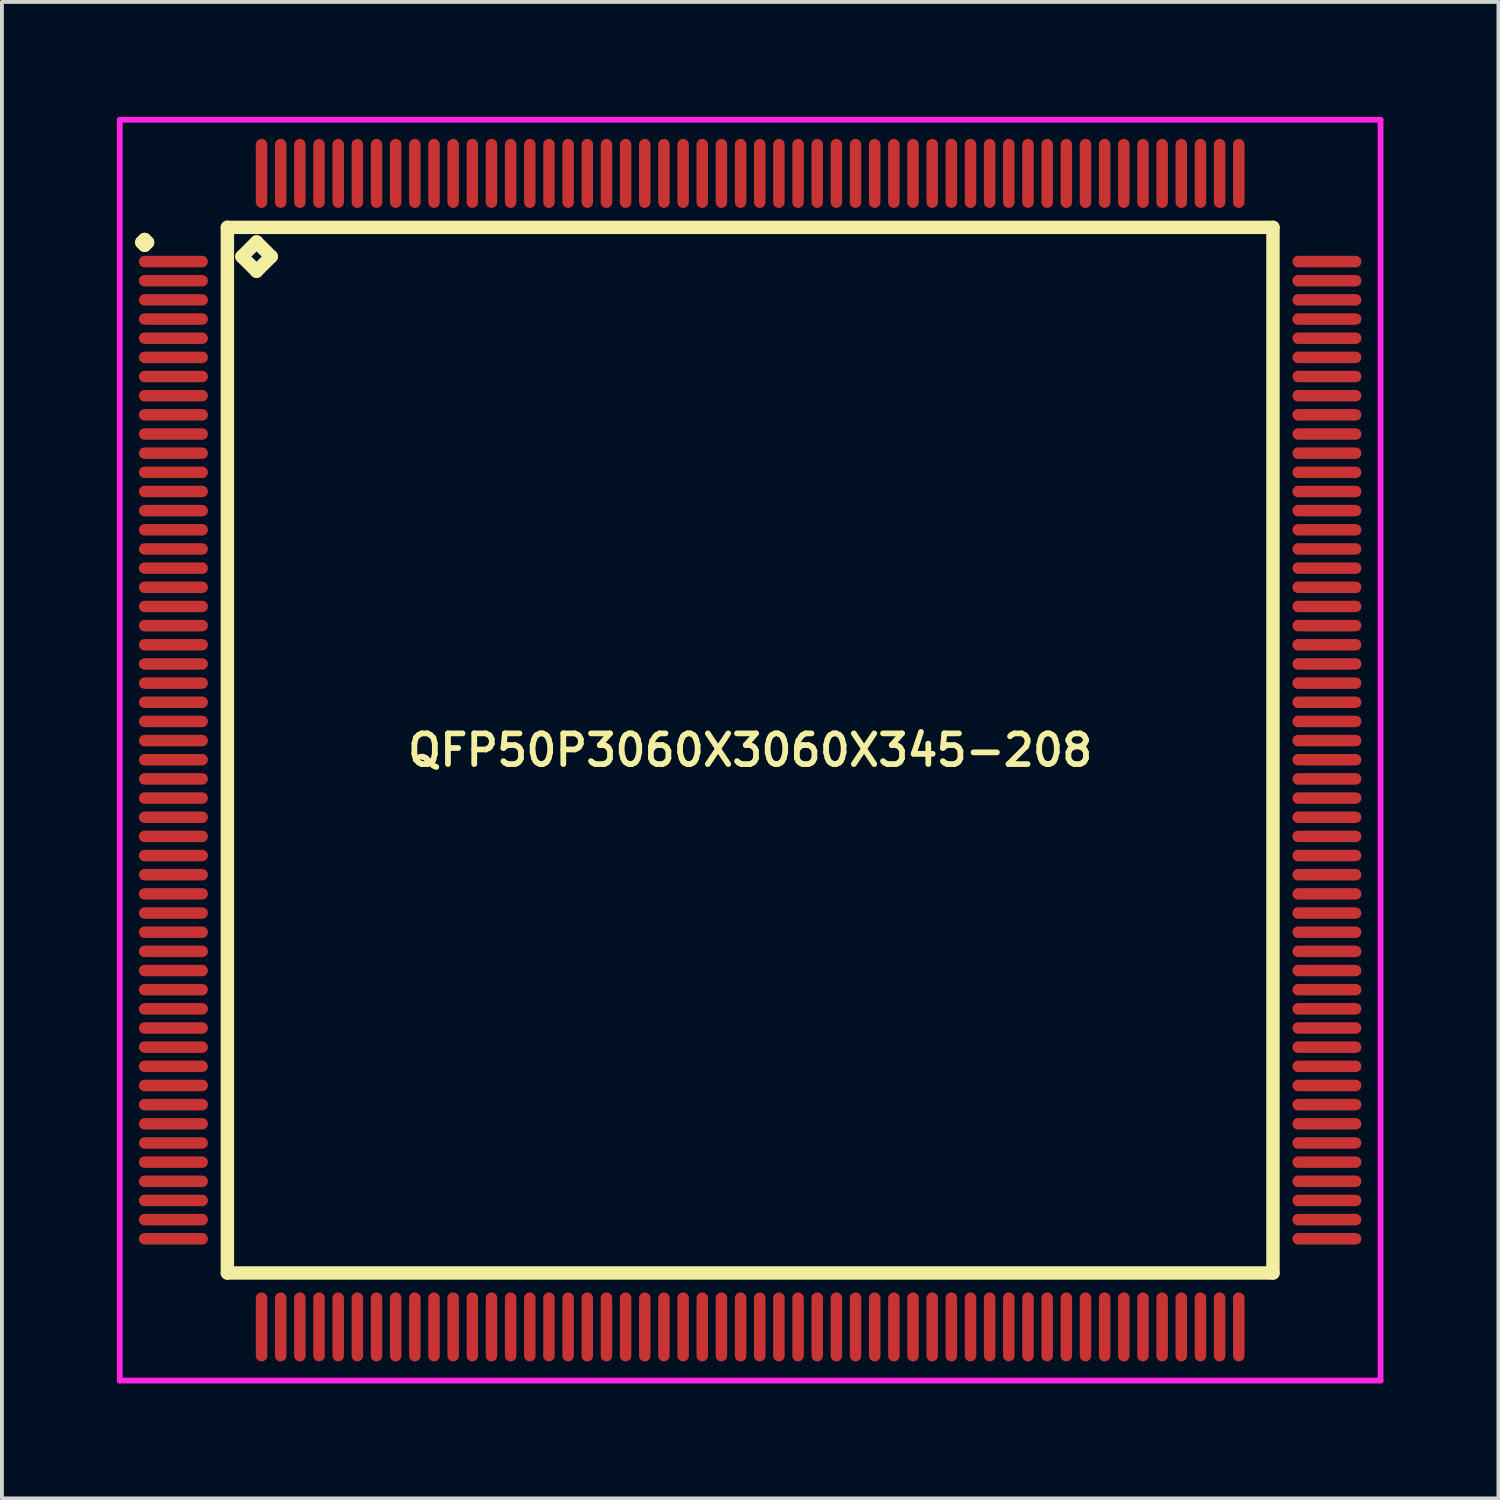
<source format=kicad_pcb>
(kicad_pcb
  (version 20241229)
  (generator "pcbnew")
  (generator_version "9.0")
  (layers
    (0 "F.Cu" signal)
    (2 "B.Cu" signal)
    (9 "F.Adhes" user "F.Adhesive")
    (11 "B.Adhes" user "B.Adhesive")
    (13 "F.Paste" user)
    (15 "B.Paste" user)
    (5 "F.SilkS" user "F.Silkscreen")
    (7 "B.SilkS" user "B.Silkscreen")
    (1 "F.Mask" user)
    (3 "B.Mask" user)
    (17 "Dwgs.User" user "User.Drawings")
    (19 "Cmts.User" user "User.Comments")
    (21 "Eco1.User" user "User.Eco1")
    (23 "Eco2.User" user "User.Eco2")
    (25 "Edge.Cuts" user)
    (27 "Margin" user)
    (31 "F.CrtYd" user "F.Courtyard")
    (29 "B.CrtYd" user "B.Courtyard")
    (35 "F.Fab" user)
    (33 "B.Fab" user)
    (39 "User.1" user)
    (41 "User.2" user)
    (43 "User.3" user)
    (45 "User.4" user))
  (footprint "QFP50P3060X3060X345-208"
    (layer "F.Cu")
    (at 16.525 16.525)
    (property "Reference" "QFP50P3060X3060X345-208" (at 0 0 0) (layer "F.SilkS") (effects (font (size 0.8 0.8) (thickness 0.15))))
    (attr smd)
    (fp_line (start -15.875 -13.25) (end -15.8 -13.325) (stroke (width 0.35) (type solid)) (layer "F.SilkS"))
    (fp_line (start -15.8 -13.325) (end -15.725 -13.25) (stroke (width 0.35) (type solid)) (layer "F.SilkS"))
    (fp_line (start -15.8 -13.175) (end -15.875 -13.25) (stroke (width 0.35) (type solid)) (layer "F.SilkS"))
    (fp_line (start -15.725 -13.25) (end -15.8 -13.175) (stroke (width 0.35) (type solid)) (layer "F.SilkS"))
    (fp_line (start -13.642 -13.642) (end -13.642 13.642) (stroke (width 0.35) (type solid)) (layer "F.SilkS"))
    (fp_line (start -13.642 13.642) (end 13.642 13.642) (stroke (width 0.35) (type solid)) (layer "F.SilkS"))
    (fp_line (start -13.261 -12.88) (end -12.88 -13.261) (stroke (width 0.35) (type solid)) (layer "F.SilkS"))
    (fp_line (start -12.88 -13.261) (end -12.499 -12.88) (stroke (width 0.35) (type solid)) (layer "F.SilkS"))
    (fp_line (start -12.88 -12.499) (end -13.261 -12.88) (stroke (width 0.35) (type solid)) (layer "F.SilkS"))
    (fp_line (start -12.499 -12.88) (end -12.88 -12.499) (stroke (width 0.35) (type solid)) (layer "F.SilkS"))
    (fp_line (start 13.642 -13.642) (end -13.642 -13.642) (stroke (width 0.35) (type solid)) (layer "F.SilkS"))
    (fp_line (start 13.642 13.642) (end 13.642 -13.642) (stroke (width 0.35) (type solid)) (layer "F.SilkS"))
    (fp_line (start -16.45 -16.45) (end 16.45 -16.45) (stroke (width 0.15) (type solid)) (layer "F.CrtYd"))
    (fp_line (start -16.45 16.45) (end -16.45 -16.45) (stroke (width 0.15) (type solid)) (layer "F.CrtYd"))
    (fp_line (start 16.45 -16.45) (end 16.45 16.45) (stroke (width 0.15) (type solid)) (layer "F.CrtYd"))
    (fp_line (start 16.45 16.45) (end -16.45 16.45) (stroke (width 0.15) (type solid)) (layer "F.CrtYd"))
    (pad "1" smd oval (at -15.05 -12.75) (size 1.8 0.3) (layers "F.Cu" "F.Mask" "F.Paste"))
    (pad "2" smd oval (at -15.05 -12.25) (size 1.8 0.3) (layers "F.Cu" "F.Mask" "F.Paste"))
    (pad "3" smd oval (at -15.05 -11.75) (size 1.8 0.3) (layers "F.Cu" "F.Mask" "F.Paste"))
    (pad "4" smd oval (at -15.05 -11.25) (size 1.8 0.3) (layers "F.Cu" "F.Mask" "F.Paste"))
    (pad "5" smd oval (at -15.05 -10.75) (size 1.8 0.3) (layers "F.Cu" "F.Mask" "F.Paste"))
    (pad "6" smd oval (at -15.05 -10.25) (size 1.8 0.3) (layers "F.Cu" "F.Mask" "F.Paste"))
    (pad "7" smd oval (at -15.05 -9.75) (size 1.8 0.3) (layers "F.Cu" "F.Mask" "F.Paste"))
    (pad "8" smd oval (at -15.05 -9.25) (size 1.8 0.3) (layers "F.Cu" "F.Mask" "F.Paste"))
    (pad "9" smd oval (at -15.05 -8.75) (size 1.8 0.3) (layers "F.Cu" "F.Mask" "F.Paste"))
    (pad "10" smd oval (at -15.05 -8.25) (size 1.8 0.3) (layers "F.Cu" "F.Mask" "F.Paste"))
    (pad "11" smd oval (at -15.05 -7.75) (size 1.8 0.3) (layers "F.Cu" "F.Mask" "F.Paste"))
    (pad "12" smd oval (at -15.05 -7.25) (size 1.8 0.3) (layers "F.Cu" "F.Mask" "F.Paste"))
    (pad "13" smd oval (at -15.05 -6.75) (size 1.8 0.3) (layers "F.Cu" "F.Mask" "F.Paste"))
    (pad "14" smd oval (at -15.05 -6.25) (size 1.8 0.3) (layers "F.Cu" "F.Mask" "F.Paste"))
    (pad "15" smd oval (at -15.05 -5.75) (size 1.8 0.3) (layers "F.Cu" "F.Mask" "F.Paste"))
    (pad "16" smd oval (at -15.05 -5.25) (size 1.8 0.3) (layers "F.Cu" "F.Mask" "F.Paste"))
    (pad "17" smd oval (at -15.05 -4.75) (size 1.8 0.3) (layers "F.Cu" "F.Mask" "F.Paste"))
    (pad "18" smd oval (at -15.05 -4.25) (size 1.8 0.3) (layers "F.Cu" "F.Mask" "F.Paste"))
    (pad "19" smd oval (at -15.05 -3.75) (size 1.8 0.3) (layers "F.Cu" "F.Mask" "F.Paste"))
    (pad "20" smd oval (at -15.05 -3.25) (size 1.8 0.3) (layers "F.Cu" "F.Mask" "F.Paste"))
    (pad "21" smd oval (at -15.05 -2.75) (size 1.8 0.3) (layers "F.Cu" "F.Mask" "F.Paste"))
    (pad "22" smd oval (at -15.05 -2.25) (size 1.8 0.3) (layers "F.Cu" "F.Mask" "F.Paste"))
    (pad "23" smd oval (at -15.05 -1.75) (size 1.8 0.3) (layers "F.Cu" "F.Mask" "F.Paste"))
    (pad "24" smd oval (at -15.05 -1.25) (size 1.8 0.3) (layers "F.Cu" "F.Mask" "F.Paste"))
    (pad "25" smd oval (at -15.05 -0.75) (size 1.8 0.3) (layers "F.Cu" "F.Mask" "F.Paste"))
    (pad "26" smd oval (at -15.05 -0.25) (size 1.8 0.3) (layers "F.Cu" "F.Mask" "F.Paste"))
    (pad "27" smd oval (at -15.05 0.25) (size 1.8 0.3) (layers "F.Cu" "F.Mask" "F.Paste"))
    (pad "28" smd oval (at -15.05 0.75) (size 1.8 0.3) (layers "F.Cu" "F.Mask" "F.Paste"))
    (pad "29" smd oval (at -15.05 1.25) (size 1.8 0.3) (layers "F.Cu" "F.Mask" "F.Paste"))
    (pad "30" smd oval (at -15.05 1.75) (size 1.8 0.3) (layers "F.Cu" "F.Mask" "F.Paste"))
    (pad "31" smd oval (at -15.05 2.25) (size 1.8 0.3) (layers "F.Cu" "F.Mask" "F.Paste"))
    (pad "32" smd oval (at -15.05 2.75) (size 1.8 0.3) (layers "F.Cu" "F.Mask" "F.Paste"))
    (pad "33" smd oval (at -15.05 3.25) (size 1.8 0.3) (layers "F.Cu" "F.Mask" "F.Paste"))
    (pad "34" smd oval (at -15.05 3.75) (size 1.8 0.3) (layers "F.Cu" "F.Mask" "F.Paste"))
    (pad "35" smd oval (at -15.05 4.25) (size 1.8 0.3) (layers "F.Cu" "F.Mask" "F.Paste"))
    (pad "36" smd oval (at -15.05 4.75) (size 1.8 0.3) (layers "F.Cu" "F.Mask" "F.Paste"))
    (pad "37" smd oval (at -15.05 5.25) (size 1.8 0.3) (layers "F.Cu" "F.Mask" "F.Paste"))
    (pad "38" smd oval (at -15.05 5.75) (size 1.8 0.3) (layers "F.Cu" "F.Mask" "F.Paste"))
    (pad "39" smd oval (at -15.05 6.25) (size 1.8 0.3) (layers "F.Cu" "F.Mask" "F.Paste"))
    (pad "40" smd oval (at -15.05 6.75) (size 1.8 0.3) (layers "F.Cu" "F.Mask" "F.Paste"))
    (pad "41" smd oval (at -15.05 7.25) (size 1.8 0.3) (layers "F.Cu" "F.Mask" "F.Paste"))
    (pad "42" smd oval (at -15.05 7.75) (size 1.8 0.3) (layers "F.Cu" "F.Mask" "F.Paste"))
    (pad "43" smd oval (at -15.05 8.25) (size 1.8 0.3) (layers "F.Cu" "F.Mask" "F.Paste"))
    (pad "44" smd oval (at -15.05 8.75) (size 1.8 0.3) (layers "F.Cu" "F.Mask" "F.Paste"))
    (pad "45" smd oval (at -15.05 9.25) (size 1.8 0.3) (layers "F.Cu" "F.Mask" "F.Paste"))
    (pad "46" smd oval (at -15.05 9.75) (size 1.8 0.3) (layers "F.Cu" "F.Mask" "F.Paste"))
    (pad "47" smd oval (at -15.05 10.25) (size 1.8 0.3) (layers "F.Cu" "F.Mask" "F.Paste"))
    (pad "48" smd oval (at -15.05 10.75) (size 1.8 0.3) (layers "F.Cu" "F.Mask" "F.Paste"))
    (pad "49" smd oval (at -15.05 11.25) (size 1.8 0.3) (layers "F.Cu" "F.Mask" "F.Paste"))
    (pad "50" smd oval (at -15.05 11.75) (size 1.8 0.3) (layers "F.Cu" "F.Mask" "F.Paste"))
    (pad "51" smd oval (at -15.05 12.25) (size 1.8 0.3) (layers "F.Cu" "F.Mask" "F.Paste"))
    (pad "52" smd oval (at -15.05 12.75) (size 1.8 0.3) (layers "F.Cu" "F.Mask" "F.Paste"))
    (pad "53" smd oval (at -12.75 15.05) (size 0.3 1.8) (layers "F.Cu" "F.Mask" "F.Paste"))
    (pad "54" smd oval (at -12.25 15.05) (size 0.3 1.8) (layers "F.Cu" "F.Mask" "F.Paste"))
    (pad "55" smd oval (at -11.75 15.05) (size 0.3 1.8) (layers "F.Cu" "F.Mask" "F.Paste"))
    (pad "56" smd oval (at -11.25 15.05) (size 0.3 1.8) (layers "F.Cu" "F.Mask" "F.Paste"))
    (pad "57" smd oval (at -10.75 15.05) (size 0.3 1.8) (layers "F.Cu" "F.Mask" "F.Paste"))
    (pad "58" smd oval (at -10.25 15.05) (size 0.3 1.8) (layers "F.Cu" "F.Mask" "F.Paste"))
    (pad "59" smd oval (at -9.75 15.05) (size 0.3 1.8) (layers "F.Cu" "F.Mask" "F.Paste"))
    (pad "60" smd oval (at -9.25 15.05) (size 0.3 1.8) (layers "F.Cu" "F.Mask" "F.Paste"))
    (pad "61" smd oval (at -8.75 15.05) (size 0.3 1.8) (layers "F.Cu" "F.Mask" "F.Paste"))
    (pad "62" smd oval (at -8.25 15.05) (size 0.3 1.8) (layers "F.Cu" "F.Mask" "F.Paste"))
    (pad "63" smd oval (at -7.75 15.05) (size 0.3 1.8) (layers "F.Cu" "F.Mask" "F.Paste"))
    (pad "64" smd oval (at -7.25 15.05) (size 0.3 1.8) (layers "F.Cu" "F.Mask" "F.Paste"))
    (pad "65" smd oval (at -6.75 15.05) (size 0.3 1.8) (layers "F.Cu" "F.Mask" "F.Paste"))
    (pad "66" smd oval (at -6.25 15.05) (size 0.3 1.8) (layers "F.Cu" "F.Mask" "F.Paste"))
    (pad "67" smd oval (at -5.75 15.05) (size 0.3 1.8) (layers "F.Cu" "F.Mask" "F.Paste"))
    (pad "68" smd oval (at -5.25 15.05) (size 0.3 1.8) (layers "F.Cu" "F.Mask" "F.Paste"))
    (pad "69" smd oval (at -4.75 15.05) (size 0.3 1.8) (layers "F.Cu" "F.Mask" "F.Paste"))
    (pad "70" smd oval (at -4.25 15.05) (size 0.3 1.8) (layers "F.Cu" "F.Mask" "F.Paste"))
    (pad "71" smd oval (at -3.75 15.05) (size 0.3 1.8) (layers "F.Cu" "F.Mask" "F.Paste"))
    (pad "72" smd oval (at -3.25 15.05) (size 0.3 1.8) (layers "F.Cu" "F.Mask" "F.Paste"))
    (pad "73" smd oval (at -2.75 15.05) (size 0.3 1.8) (layers "F.Cu" "F.Mask" "F.Paste"))
    (pad "74" smd oval (at -2.25 15.05) (size 0.3 1.8) (layers "F.Cu" "F.Mask" "F.Paste"))
    (pad "75" smd oval (at -1.75 15.05) (size 0.3 1.8) (layers "F.Cu" "F.Mask" "F.Paste"))
    (pad "76" smd oval (at -1.25 15.05) (size 0.3 1.8) (layers "F.Cu" "F.Mask" "F.Paste"))
    (pad "77" smd oval (at -0.75 15.05) (size 0.3 1.8) (layers "F.Cu" "F.Mask" "F.Paste"))
    (pad "78" smd oval (at -0.25 15.05) (size 0.3 1.8) (layers "F.Cu" "F.Mask" "F.Paste"))
    (pad "79" smd oval (at 0.25 15.05) (size 0.3 1.8) (layers "F.Cu" "F.Mask" "F.Paste"))
    (pad "80" smd oval (at 0.75 15.05) (size 0.3 1.8) (layers "F.Cu" "F.Mask" "F.Paste"))
    (pad "81" smd oval (at 1.25 15.05) (size 0.3 1.8) (layers "F.Cu" "F.Mask" "F.Paste"))
    (pad "82" smd oval (at 1.75 15.05) (size 0.3 1.8) (layers "F.Cu" "F.Mask" "F.Paste"))
    (pad "83" smd oval (at 2.25 15.05) (size 0.3 1.8) (layers "F.Cu" "F.Mask" "F.Paste"))
    (pad "84" smd oval (at 2.75 15.05) (size 0.3 1.8) (layers "F.Cu" "F.Mask" "F.Paste"))
    (pad "85" smd oval (at 3.25 15.05) (size 0.3 1.8) (layers "F.Cu" "F.Mask" "F.Paste"))
    (pad "86" smd oval (at 3.75 15.05) (size 0.3 1.8) (layers "F.Cu" "F.Mask" "F.Paste"))
    (pad "87" smd oval (at 4.25 15.05) (size 0.3 1.8) (layers "F.Cu" "F.Mask" "F.Paste"))
    (pad "88" smd oval (at 4.75 15.05) (size 0.3 1.8) (layers "F.Cu" "F.Mask" "F.Paste"))
    (pad "89" smd oval (at 5.25 15.05) (size 0.3 1.8) (layers "F.Cu" "F.Mask" "F.Paste"))
    (pad "90" smd oval (at 5.75 15.05) (size 0.3 1.8) (layers "F.Cu" "F.Mask" "F.Paste"))
    (pad "91" smd oval (at 6.25 15.05) (size 0.3 1.8) (layers "F.Cu" "F.Mask" "F.Paste"))
    (pad "92" smd oval (at 6.75 15.05) (size 0.3 1.8) (layers "F.Cu" "F.Mask" "F.Paste"))
    (pad "93" smd oval (at 7.25 15.05) (size 0.3 1.8) (layers "F.Cu" "F.Mask" "F.Paste"))
    (pad "94" smd oval (at 7.75 15.05) (size 0.3 1.8) (layers "F.Cu" "F.Mask" "F.Paste"))
    (pad "95" smd oval (at 8.25 15.05) (size 0.3 1.8) (layers "F.Cu" "F.Mask" "F.Paste"))
    (pad "96" smd oval (at 8.75 15.05) (size 0.3 1.8) (layers "F.Cu" "F.Mask" "F.Paste"))
    (pad "97" smd oval (at 9.25 15.05) (size 0.3 1.8) (layers "F.Cu" "F.Mask" "F.Paste"))
    (pad "98" smd oval (at 9.75 15.05) (size 0.3 1.8) (layers "F.Cu" "F.Mask" "F.Paste"))
    (pad "99" smd oval (at 10.25 15.05) (size 0.3 1.8) (layers "F.Cu" "F.Mask" "F.Paste"))
    (pad "100" smd oval (at 10.75 15.05) (size 0.3 1.8) (layers "F.Cu" "F.Mask" "F.Paste"))
    (pad "101" smd oval (at 11.25 15.05) (size 0.3 1.8) (layers "F.Cu" "F.Mask" "F.Paste"))
    (pad "102" smd oval (at 11.75 15.05) (size 0.3 1.8) (layers "F.Cu" "F.Mask" "F.Paste"))
    (pad "103" smd oval (at 12.25 15.05) (size 0.3 1.8) (layers "F.Cu" "F.Mask" "F.Paste"))
    (pad "104" smd oval (at 12.75 15.05) (size 0.3 1.8) (layers "F.Cu" "F.Mask" "F.Paste"))
    (pad "105" smd oval (at 15.05 12.75) (size 1.8 0.3) (layers "F.Cu" "F.Mask" "F.Paste"))
    (pad "106" smd oval (at 15.05 12.25) (size 1.8 0.3) (layers "F.Cu" "F.Mask" "F.Paste"))
    (pad "107" smd oval (at 15.05 11.75) (size 1.8 0.3) (layers "F.Cu" "F.Mask" "F.Paste"))
    (pad "108" smd oval (at 15.05 11.25) (size 1.8 0.3) (layers "F.Cu" "F.Mask" "F.Paste"))
    (pad "109" smd oval (at 15.05 10.75) (size 1.8 0.3) (layers "F.Cu" "F.Mask" "F.Paste"))
    (pad "110" smd oval (at 15.05 10.25) (size 1.8 0.3) (layers "F.Cu" "F.Mask" "F.Paste"))
    (pad "111" smd oval (at 15.05 9.75) (size 1.8 0.3) (layers "F.Cu" "F.Mask" "F.Paste"))
    (pad "112" smd oval (at 15.05 9.25) (size 1.8 0.3) (layers "F.Cu" "F.Mask" "F.Paste"))
    (pad "113" smd oval (at 15.05 8.75) (size 1.8 0.3) (layers "F.Cu" "F.Mask" "F.Paste"))
    (pad "114" smd oval (at 15.05 8.25) (size 1.8 0.3) (layers "F.Cu" "F.Mask" "F.Paste"))
    (pad "115" smd oval (at 15.05 7.75) (size 1.8 0.3) (layers "F.Cu" "F.Mask" "F.Paste"))
    (pad "116" smd oval (at 15.05 7.25) (size 1.8 0.3) (layers "F.Cu" "F.Mask" "F.Paste"))
    (pad "117" smd oval (at 15.05 6.75) (size 1.8 0.3) (layers "F.Cu" "F.Mask" "F.Paste"))
    (pad "118" smd oval (at 15.05 6.25) (size 1.8 0.3) (layers "F.Cu" "F.Mask" "F.Paste"))
    (pad "119" smd oval (at 15.05 5.75) (size 1.8 0.3) (layers "F.Cu" "F.Mask" "F.Paste"))
    (pad "120" smd oval (at 15.05 5.25) (size 1.8 0.3) (layers "F.Cu" "F.Mask" "F.Paste"))
    (pad "121" smd oval (at 15.05 4.75) (size 1.8 0.3) (layers "F.Cu" "F.Mask" "F.Paste"))
    (pad "122" smd oval (at 15.05 4.25) (size 1.8 0.3) (layers "F.Cu" "F.Mask" "F.Paste"))
    (pad "123" smd oval (at 15.05 3.75) (size 1.8 0.3) (layers "F.Cu" "F.Mask" "F.Paste"))
    (pad "124" smd oval (at 15.05 3.25) (size 1.8 0.3) (layers "F.Cu" "F.Mask" "F.Paste"))
    (pad "125" smd oval (at 15.05 2.75) (size 1.8 0.3) (layers "F.Cu" "F.Mask" "F.Paste"))
    (pad "126" smd oval (at 15.05 2.25) (size 1.8 0.3) (layers "F.Cu" "F.Mask" "F.Paste"))
    (pad "127" smd oval (at 15.05 1.75) (size 1.8 0.3) (layers "F.Cu" "F.Mask" "F.Paste"))
    (pad "128" smd oval (at 15.05 1.25) (size 1.8 0.3) (layers "F.Cu" "F.Mask" "F.Paste"))
    (pad "129" smd oval (at 15.05 0.75) (size 1.8 0.3) (layers "F.Cu" "F.Mask" "F.Paste"))
    (pad "130" smd oval (at 15.05 0.25) (size 1.8 0.3) (layers "F.Cu" "F.Mask" "F.Paste"))
    (pad "131" smd oval (at 15.05 -0.25) (size 1.8 0.3) (layers "F.Cu" "F.Mask" "F.Paste"))
    (pad "132" smd oval (at 15.05 -0.75) (size 1.8 0.3) (layers "F.Cu" "F.Mask" "F.Paste"))
    (pad "133" smd oval (at 15.05 -1.25) (size 1.8 0.3) (layers "F.Cu" "F.Mask" "F.Paste"))
    (pad "134" smd oval (at 15.05 -1.75) (size 1.8 0.3) (layers "F.Cu" "F.Mask" "F.Paste"))
    (pad "135" smd oval (at 15.05 -2.25) (size 1.8 0.3) (layers "F.Cu" "F.Mask" "F.Paste"))
    (pad "136" smd oval (at 15.05 -2.75) (size 1.8 0.3) (layers "F.Cu" "F.Mask" "F.Paste"))
    (pad "137" smd oval (at 15.05 -3.25) (size 1.8 0.3) (layers "F.Cu" "F.Mask" "F.Paste"))
    (pad "138" smd oval (at 15.05 -3.75) (size 1.8 0.3) (layers "F.Cu" "F.Mask" "F.Paste"))
    (pad "139" smd oval (at 15.05 -4.25) (size 1.8 0.3) (layers "F.Cu" "F.Mask" "F.Paste"))
    (pad "140" smd oval (at 15.05 -4.75) (size 1.8 0.3) (layers "F.Cu" "F.Mask" "F.Paste"))
    (pad "141" smd oval (at 15.05 -5.25) (size 1.8 0.3) (layers "F.Cu" "F.Mask" "F.Paste"))
    (pad "142" smd oval (at 15.05 -5.75) (size 1.8 0.3) (layers "F.Cu" "F.Mask" "F.Paste"))
    (pad "143" smd oval (at 15.05 -6.25) (size 1.8 0.3) (layers "F.Cu" "F.Mask" "F.Paste"))
    (pad "144" smd oval (at 15.05 -6.75) (size 1.8 0.3) (layers "F.Cu" "F.Mask" "F.Paste"))
    (pad "145" smd oval (at 15.05 -7.25) (size 1.8 0.3) (layers "F.Cu" "F.Mask" "F.Paste"))
    (pad "146" smd oval (at 15.05 -7.75) (size 1.8 0.3) (layers "F.Cu" "F.Mask" "F.Paste"))
    (pad "147" smd oval (at 15.05 -8.25) (size 1.8 0.3) (layers "F.Cu" "F.Mask" "F.Paste"))
    (pad "148" smd oval (at 15.05 -8.75) (size 1.8 0.3) (layers "F.Cu" "F.Mask" "F.Paste"))
    (pad "149" smd oval (at 15.05 -9.25) (size 1.8 0.3) (layers "F.Cu" "F.Mask" "F.Paste"))
    (pad "150" smd oval (at 15.05 -9.75) (size 1.8 0.3) (layers "F.Cu" "F.Mask" "F.Paste"))
    (pad "151" smd oval (at 15.05 -10.25) (size 1.8 0.3) (layers "F.Cu" "F.Mask" "F.Paste"))
    (pad "152" smd oval (at 15.05 -10.75) (size 1.8 0.3) (layers "F.Cu" "F.Mask" "F.Paste"))
    (pad "153" smd oval (at 15.05 -11.25) (size 1.8 0.3) (layers "F.Cu" "F.Mask" "F.Paste"))
    (pad "154" smd oval (at 15.05 -11.75) (size 1.8 0.3) (layers "F.Cu" "F.Mask" "F.Paste"))
    (pad "155" smd oval (at 15.05 -12.25) (size 1.8 0.3) (layers "F.Cu" "F.Mask" "F.Paste"))
    (pad "156" smd oval (at 15.05 -12.75) (size 1.8 0.3) (layers "F.Cu" "F.Mask" "F.Paste"))
    (pad "157" smd oval (at 12.75 -15.05) (size 0.3 1.8) (layers "F.Cu" "F.Mask" "F.Paste"))
    (pad "158" smd oval (at 12.25 -15.05) (size 0.3 1.8) (layers "F.Cu" "F.Mask" "F.Paste"))
    (pad "159" smd oval (at 11.75 -15.05) (size 0.3 1.8) (layers "F.Cu" "F.Mask" "F.Paste"))
    (pad "160" smd oval (at 11.25 -15.05) (size 0.3 1.8) (layers "F.Cu" "F.Mask" "F.Paste"))
    (pad "161" smd oval (at 10.75 -15.05) (size 0.3 1.8) (layers "F.Cu" "F.Mask" "F.Paste"))
    (pad "162" smd oval (at 10.25 -15.05) (size 0.3 1.8) (layers "F.Cu" "F.Mask" "F.Paste"))
    (pad "163" smd oval (at 9.75 -15.05) (size 0.3 1.8) (layers "F.Cu" "F.Mask" "F.Paste"))
    (pad "164" smd oval (at 9.25 -15.05) (size 0.3 1.8) (layers "F.Cu" "F.Mask" "F.Paste"))
    (pad "165" smd oval (at 8.75 -15.05) (size 0.3 1.8) (layers "F.Cu" "F.Mask" "F.Paste"))
    (pad "166" smd oval (at 8.25 -15.05) (size 0.3 1.8) (layers "F.Cu" "F.Mask" "F.Paste"))
    (pad "167" smd oval (at 7.75 -15.05) (size 0.3 1.8) (layers "F.Cu" "F.Mask" "F.Paste"))
    (pad "168" smd oval (at 7.25 -15.05) (size 0.3 1.8) (layers "F.Cu" "F.Mask" "F.Paste"))
    (pad "169" smd oval (at 6.75 -15.05) (size 0.3 1.8) (layers "F.Cu" "F.Mask" "F.Paste"))
    (pad "170" smd oval (at 6.25 -15.05) (size 0.3 1.8) (layers "F.Cu" "F.Mask" "F.Paste"))
    (pad "171" smd oval (at 5.75 -15.05) (size 0.3 1.8) (layers "F.Cu" "F.Mask" "F.Paste"))
    (pad "172" smd oval (at 5.25 -15.05) (size 0.3 1.8) (layers "F.Cu" "F.Mask" "F.Paste"))
    (pad "173" smd oval (at 4.75 -15.05) (size 0.3 1.8) (layers "F.Cu" "F.Mask" "F.Paste"))
    (pad "174" smd oval (at 4.25 -15.05) (size 0.3 1.8) (layers "F.Cu" "F.Mask" "F.Paste"))
    (pad "175" smd oval (at 3.75 -15.05) (size 0.3 1.8) (layers "F.Cu" "F.Mask" "F.Paste"))
    (pad "176" smd oval (at 3.25 -15.05) (size 0.3 1.8) (layers "F.Cu" "F.Mask" "F.Paste"))
    (pad "177" smd oval (at 2.75 -15.05) (size 0.3 1.8) (layers "F.Cu" "F.Mask" "F.Paste"))
    (pad "178" smd oval (at 2.25 -15.05) (size 0.3 1.8) (layers "F.Cu" "F.Mask" "F.Paste"))
    (pad "179" smd oval (at 1.75 -15.05) (size 0.3 1.8) (layers "F.Cu" "F.Mask" "F.Paste"))
    (pad "180" smd oval (at 1.25 -15.05) (size 0.3 1.8) (layers "F.Cu" "F.Mask" "F.Paste"))
    (pad "181" smd oval (at 0.75 -15.05) (size 0.3 1.8) (layers "F.Cu" "F.Mask" "F.Paste"))
    (pad "182" smd oval (at 0.25 -15.05) (size 0.3 1.8) (layers "F.Cu" "F.Mask" "F.Paste"))
    (pad "183" smd oval (at -0.25 -15.05) (size 0.3 1.8) (layers "F.Cu" "F.Mask" "F.Paste"))
    (pad "184" smd oval (at -0.75 -15.05) (size 0.3 1.8) (layers "F.Cu" "F.Mask" "F.Paste"))
    (pad "185" smd oval (at -1.25 -15.05) (size 0.3 1.8) (layers "F.Cu" "F.Mask" "F.Paste"))
    (pad "186" smd oval (at -1.75 -15.05) (size 0.3 1.8) (layers "F.Cu" "F.Mask" "F.Paste"))
    (pad "187" smd oval (at -2.25 -15.05) (size 0.3 1.8) (layers "F.Cu" "F.Mask" "F.Paste"))
    (pad "188" smd oval (at -2.75 -15.05) (size 0.3 1.8) (layers "F.Cu" "F.Mask" "F.Paste"))
    (pad "189" smd oval (at -3.25 -15.05) (size 0.3 1.8) (layers "F.Cu" "F.Mask" "F.Paste"))
    (pad "190" smd oval (at -3.75 -15.05) (size 0.3 1.8) (layers "F.Cu" "F.Mask" "F.Paste"))
    (pad "191" smd oval (at -4.25 -15.05) (size 0.3 1.8) (layers "F.Cu" "F.Mask" "F.Paste"))
    (pad "192" smd oval (at -4.75 -15.05) (size 0.3 1.8) (layers "F.Cu" "F.Mask" "F.Paste"))
    (pad "193" smd oval (at -5.25 -15.05) (size 0.3 1.8) (layers "F.Cu" "F.Mask" "F.Paste"))
    (pad "194" smd oval (at -5.75 -15.05) (size 0.3 1.8) (layers "F.Cu" "F.Mask" "F.Paste"))
    (pad "195" smd oval (at -6.25 -15.05) (size 0.3 1.8) (layers "F.Cu" "F.Mask" "F.Paste"))
    (pad "196" smd oval (at -6.75 -15.05) (size 0.3 1.8) (layers "F.Cu" "F.Mask" "F.Paste"))
    (pad "197" smd oval (at -7.25 -15.05) (size 0.3 1.8) (layers "F.Cu" "F.Mask" "F.Paste"))
    (pad "198" smd oval (at -7.75 -15.05) (size 0.3 1.8) (layers "F.Cu" "F.Mask" "F.Paste"))
    (pad "199" smd oval (at -8.25 -15.05) (size 0.3 1.8) (layers "F.Cu" "F.Mask" "F.Paste"))
    (pad "200" smd oval (at -8.75 -15.05) (size 0.3 1.8) (layers "F.Cu" "F.Mask" "F.Paste"))
    (pad "201" smd oval (at -9.25 -15.05) (size 0.3 1.8) (layers "F.Cu" "F.Mask" "F.Paste"))
    (pad "202" smd oval (at -9.75 -15.05) (size 0.3 1.8) (layers "F.Cu" "F.Mask" "F.Paste"))
    (pad "203" smd oval (at -10.25 -15.05) (size 0.3 1.8) (layers "F.Cu" "F.Mask" "F.Paste"))
    (pad "204" smd oval (at -10.75 -15.05) (size 0.3 1.8) (layers "F.Cu" "F.Mask" "F.Paste"))
    (pad "205" smd oval (at -11.25 -15.05) (size 0.3 1.8) (layers "F.Cu" "F.Mask" "F.Paste"))
    (pad "206" smd oval (at -11.75 -15.05) (size 0.3 1.8) (layers "F.Cu" "F.Mask" "F.Paste"))
    (pad "207" smd oval (at -12.25 -15.05) (size 0.3 1.8) (layers "F.Cu" "F.Mask" "F.Paste"))
    (pad "208" smd oval (at -12.75 -15.05) (size 0.3 1.8) (layers "F.Cu" "F.Mask" "F.Paste")))
  (gr_rect
    (start -3 -3)
    (end 36.05 36.05)
    (stroke (width 0.1) (type default))
    (fill no)
    (layer "Edge.Cuts")))
</source>
